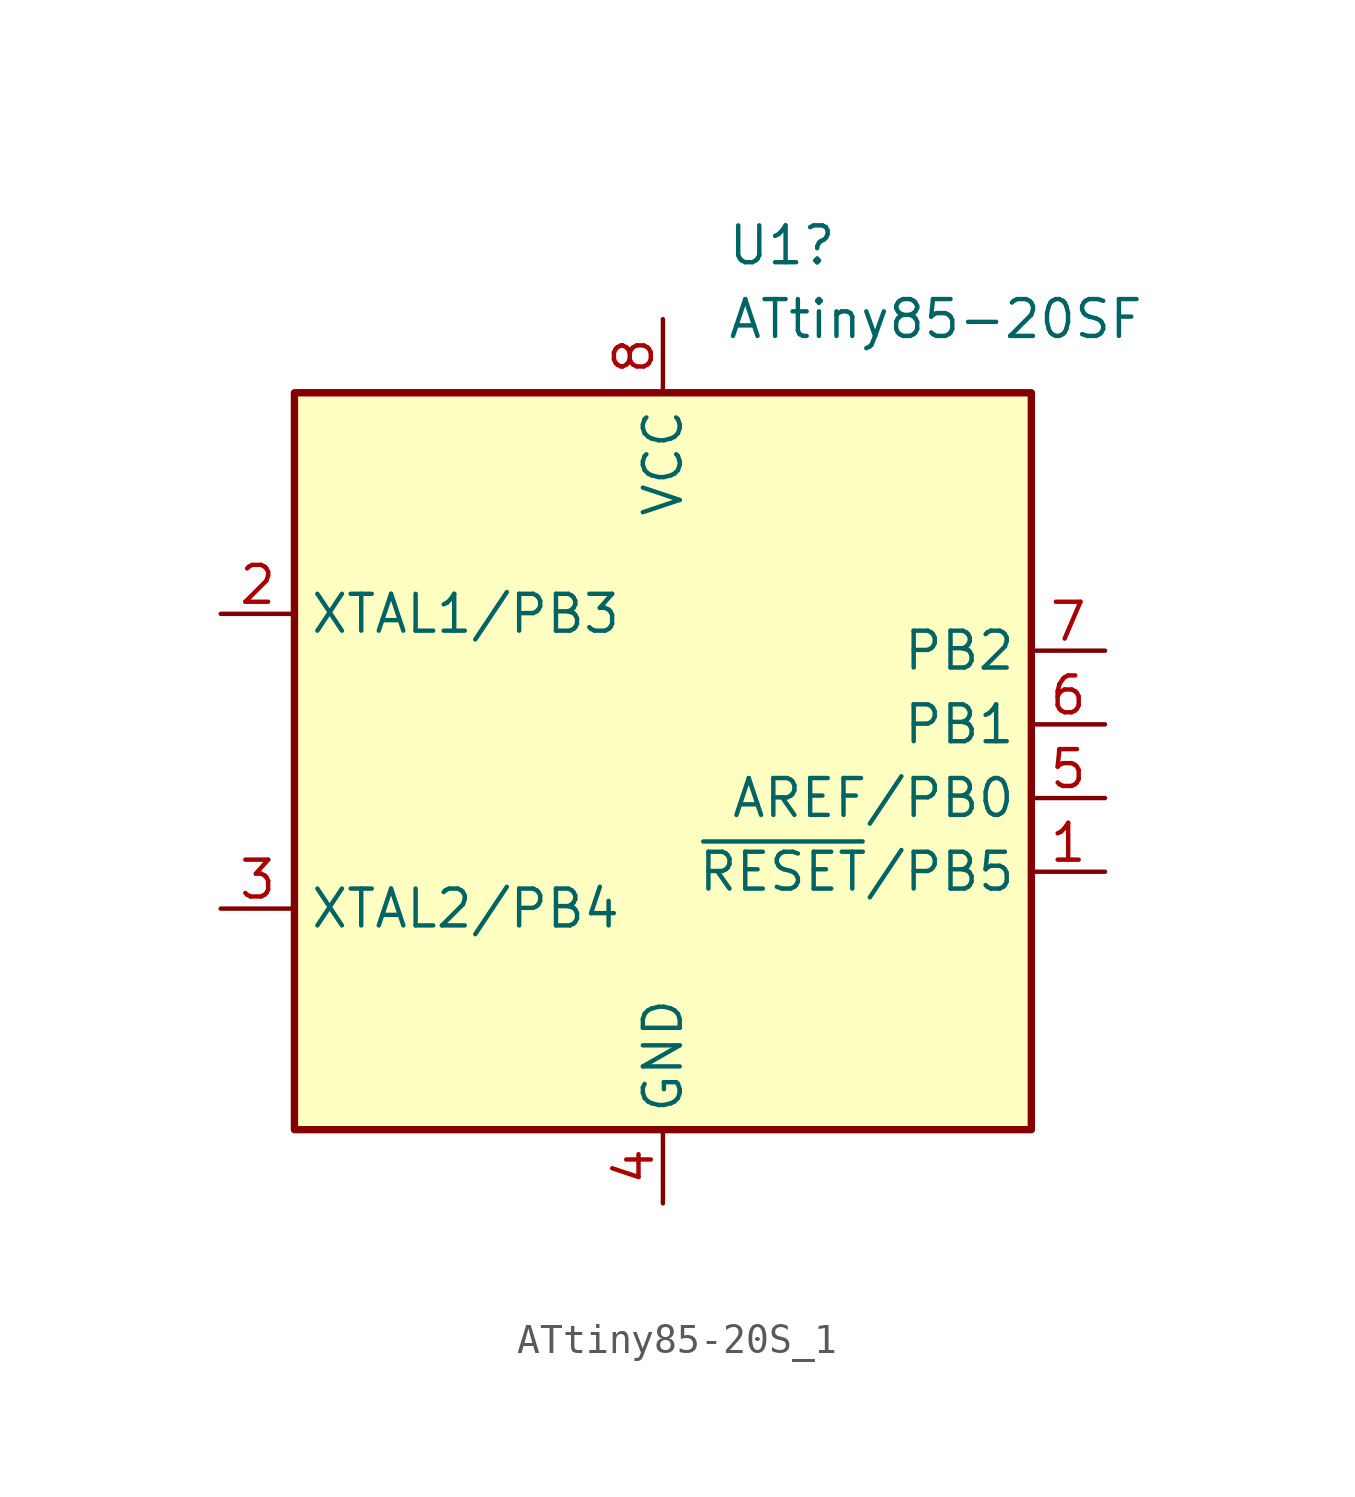
<source format=kicad_sym>
(kicad_symbol_lib
  (version 20231120)
  (generator "kicad_symbol_editor")
  (generator_version "8.0")
  (symbol "ATtiny85-20S_1"
    (property "Reference" "U1"
      (at 2.194 17.78 0)
      (effects (font (size 1.27 1.27)) (justify left)))
    (property "Value" "ATtiny85-20SF"
      (at 2.194 15.24 0)
      (effects (font (size 1.27 1.27)) (justify left)))
    (symbol "ATtiny85-20S_1_0_1"
      (rectangle (start -12.7 -12.7) (end 12.7 12.7) (stroke (width 0.254) (type default)) (fill (type background))))
    (symbol "ATtiny85-20S_1_1_1"
      (pin bidirectional line (at 15.24 -3.81 180) (length 2.54) (name "~{RESET}/PB5" (effects (font (size 1.27 1.27)))) (number "1" (effects (font (size 1.27 1.27)))))
      (pin bidirectional line (at -15.24 5.08 0) (length 2.54) (name "XTAL1/PB3" (effects (font (size 1.27 1.27)))) (number "2" (effects (font (size 1.27 1.27)))))
      (pin bidirectional line (at -15.24 -5.08 0) (length 2.54) (name "XTAL2/PB4" (effects (font (size 1.27 1.27)))) (number "3" (effects (font (size 1.27 1.27)))))
      (pin power_in line (at 0 -15.24 90) (length 2.54) (name "GND" (effects (font (size 1.27 1.27)))) (number "4" (effects (font (size 1.27 1.27)))))
      (pin bidirectional line (at 15.24 -1.27 180) (length 2.54) (name "AREF/PB0" (effects (font (size 1.27 1.27)))) (number "5" (effects (font (size 1.27 1.27)))))
      (pin bidirectional line (at 15.24 1.27 180) (length 2.54) (name "PB1" (effects (font (size 1.27 1.27)))) (number "6" (effects (font (size 1.27 1.27)))))
      (pin bidirectional line (at 15.24 3.81 180) (length 2.54) (name "PB2" (effects (font (size 1.27 1.27)))) (number "7" (effects (font (size 1.27 1.27)))))
      (pin power_in line (at 0 15.24 270) (length 2.54) (name "VCC" (effects (font (size 1.27 1.27)))) (number "8" (effects (font (size 1.27 1.27))))))))
</source>
